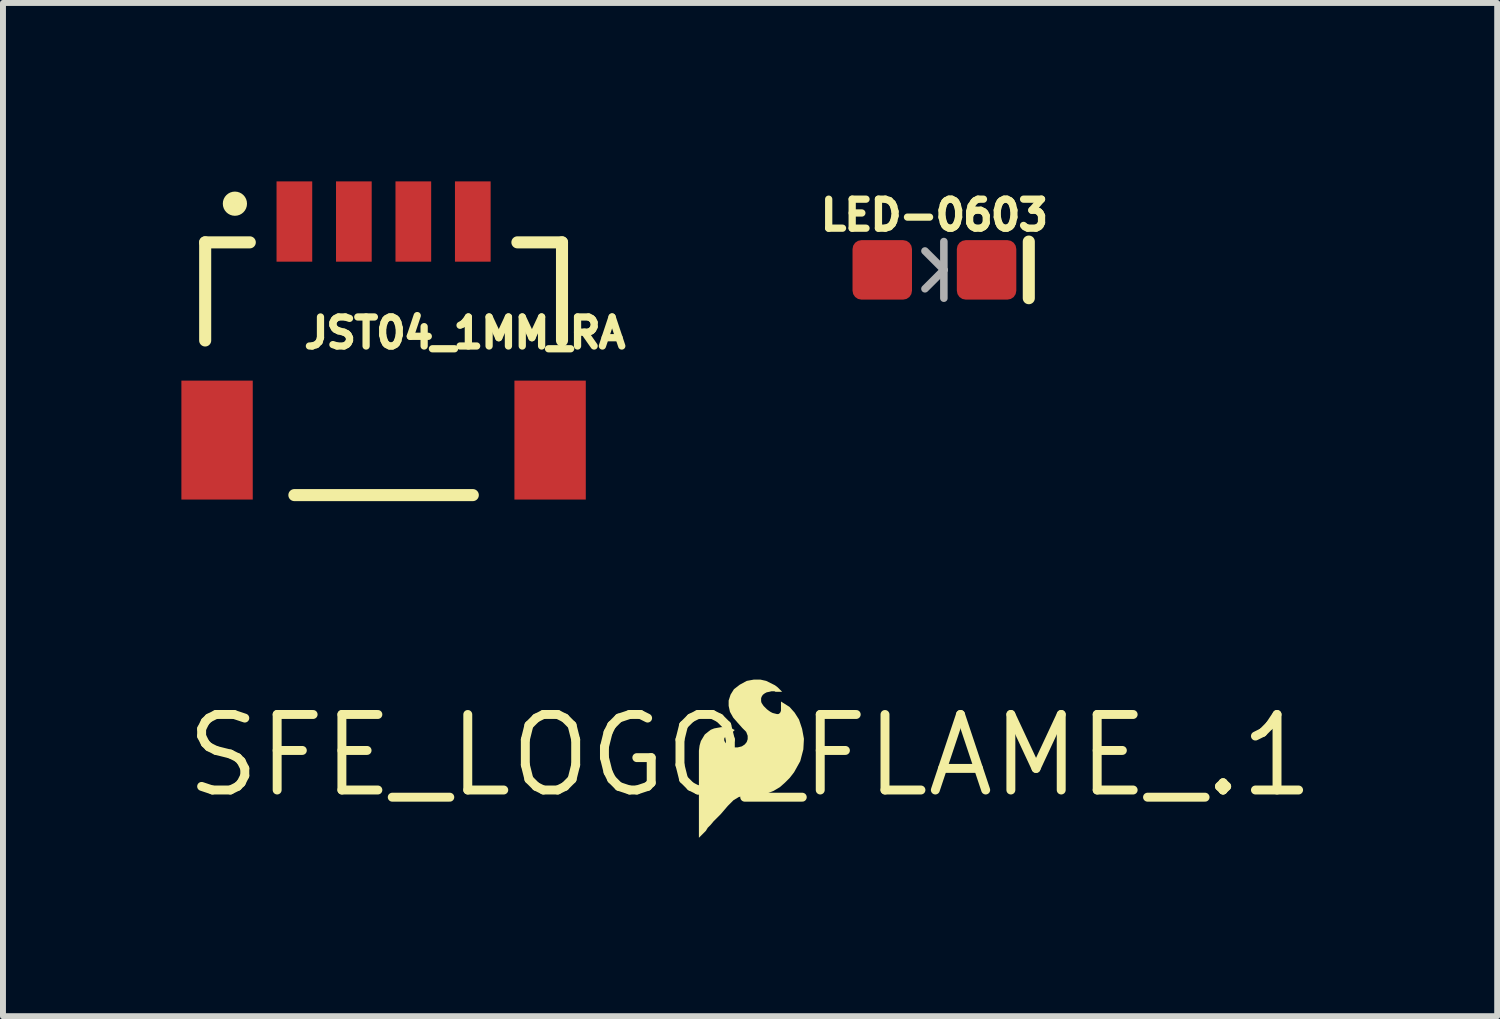
<source format=kicad_pcb>
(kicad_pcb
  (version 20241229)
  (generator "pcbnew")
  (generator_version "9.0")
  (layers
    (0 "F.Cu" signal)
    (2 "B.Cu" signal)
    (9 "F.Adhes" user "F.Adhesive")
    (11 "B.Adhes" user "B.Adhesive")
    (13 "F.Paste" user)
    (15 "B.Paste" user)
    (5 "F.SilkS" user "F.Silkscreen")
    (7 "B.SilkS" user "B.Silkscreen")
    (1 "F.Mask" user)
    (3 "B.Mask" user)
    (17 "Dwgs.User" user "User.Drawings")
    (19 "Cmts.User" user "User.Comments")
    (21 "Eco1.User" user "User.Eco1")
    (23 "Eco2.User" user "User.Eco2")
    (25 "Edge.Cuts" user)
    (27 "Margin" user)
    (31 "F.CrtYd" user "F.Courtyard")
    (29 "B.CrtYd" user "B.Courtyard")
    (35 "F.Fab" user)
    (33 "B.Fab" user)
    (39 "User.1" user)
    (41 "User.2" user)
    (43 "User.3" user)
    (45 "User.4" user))
  (footprint "LED-0603"
    (layer "F.Cu")
    (at 12.662 1.488)
    (property "Reference" "LED-0603" (at 0 -0.635 0) (layer "F.SilkS") (effects (font (size 0.488 0.488) (thickness 0.122)) (justify bottom)))
    (fp_line (start 1.587 -0.476) (end 1.587 0.476) (stroke (width 0.203) (type solid)) (layer "F.SilkS"))
    (fp_line (start 0.159 -0.476) (end 0.159 0) (stroke (width 0.127) (type solid)) (layer "F.Fab"))
    (fp_line (start 0.159 0) (end -0.159 -0.318) (stroke (width 0.127) (type solid)) (layer "F.Fab"))
    (fp_line (start 0.159 0) (end -0.159 0.318) (stroke (width 0.127) (type solid)) (layer "F.Fab"))
    (fp_line (start 0.159 0) (end 0.159 0.476) (stroke (width 0.127) (type solid)) (layer "F.Fab"))
    (pad "A" smd roundrect (at -0.877 0 270) (size 1 1) (layers "F.Cu" "F.Mask" "F.Paste") (roundrect_rratio 0.15))
    (pad "C" smd roundrect (at 0.877 0 270) (size 1 1) (layers "F.Cu" "F.Mask" "F.Paste") (roundrect_rratio 0.15)))
  (footprint "JST04_1MM_RA"
    (layer "F.Cu")
    (at 3.4 0.675)
    (property "Reference" "JST04_1MM_RA" (at -1.397 2.159 0) (layer "F.SilkS") (effects (font (size 0.488 0.488) (thickness 0.122)) (justify left bottom)))
    (fp_line (start -3 0.35) (end -2.25 0.35) (stroke (width 0.203) (type solid)) (layer "F.SilkS"))
    (fp_line (start -3 2) (end -3 0.35) (stroke (width 0.203) (type solid)) (layer "F.SilkS"))
    (fp_line (start -1.5 4.6) (end 1.5 4.6) (stroke (width 0.203) (type solid)) (layer "F.SilkS"))
    (fp_line (start 2.25 0.35) (end 3 0.35) (stroke (width 0.203) (type solid)) (layer "F.SilkS"))
    (fp_line (start 3 0.35) (end 3 2) (stroke (width 0.203) (type solid)) (layer "F.SilkS"))
    (fp_circle (center -2.5 -0.3) (end -2.398 -0.3) (stroke (width 0.203) (type solid)) (fill no) (layer "F.SilkS"))
    (pad "1" smd rect (at -1.5 0) (size 0.6 1.35) (layers "F.Cu" "F.Mask" "F.Paste"))
    (pad "2" smd rect (at -0.5 0) (size 0.6 1.35) (layers "F.Cu" "F.Mask" "F.Paste"))
    (pad "3" smd rect (at 0.5 0) (size 0.6 1.35) (layers "F.Cu" "F.Mask" "F.Paste"))
    (pad "4" smd rect (at 1.5 0) (size 0.6 1.35) (layers "F.Cu" "F.Mask" "F.Paste"))
    (pad "NC1" smd rect (at 2.8 3.675) (size 1.2 2) (layers "F.Cu" "F.Mask" "F.Paste"))
    (pad "NC2" smd rect (at -2.8 3.675) (size 1.2 2) (layers "F.Cu" "F.Mask" "F.Paste")))
  (footprint "SFE_LOGO_FLAME_.1"
    (layer "F.Cu")
    (at 9.563 9.654)
    (property "Reference" "SFE_LOGO_FLAME_.1" (at 0 0 0) (layer "F.SilkS") (effects (font (size 1.27 1.27) (thickness 0.15))))
    (fp_poly (pts (xy 0.27 -1.255) (xy 0.417 -1.182) (xy 0.462 -1.148) (xy 0.539 -1.071) (xy 0.428 -1.071) (xy 0.408 -1.081) (xy 0.362 -1.081) (xy 0.325 -1.072) (xy 0.279 -1.063) (xy 0.247 -1.046) (xy 0.215 -1.022) (xy 0.2 -1) (xy 0.192 -0.984) (xy 0.185 -0.963) (xy 0.185 -0.914) (xy 0.192 -0.885) (xy 0.227 -0.833) (xy 0.282 -0.778) (xy 0.319 -0.75) (xy 0.346 -0.732) (xy 0.38 -0.715) (xy 0.452 -0.697) (xy 0.471 -0.697) (xy 0.486 -0.702) (xy 0.506 -0.722) (xy 0.512 -0.734) (xy 0.519 -0.755) (xy 0.519 -0.908) (xy 0.662 -0.818) (xy 0.748 -0.722) (xy 0.822 -0.605) (xy 0.874 -0.449) (xy 0.905 -0.281) (xy 0.895 -0.103) (xy 0.843 0.095) (xy 0.739 0.282) (xy 0.666 0.376) (xy 0.583 0.459) (xy 0.5 0.532) (xy 0.394 0.595) (xy 0.289 0.637) (xy 0.175 0.668) (xy 0.05 0.689) (xy -0.14 0.689) (xy -0.19 0.697) (xy -0.279 0.751) (xy -0.375 0.847) (xy -0.495 0.987) (xy -0.615 1.107) (xy -0.665 1.167) (xy -0.713 1.215) (xy -0.743 1.265) (xy -0.861 1.383) (xy -0.861 -0.081) (xy -0.85 -0.167) (xy -0.828 -0.244) (xy -0.762 -0.354) (xy -0.706 -0.399) (xy -0.662 -0.433) (xy -0.604 -0.456) (xy -0.55 -0.466) (xy -0.486 -0.477) (xy -0.354 -0.477) (xy -0.259 -0.429) (xy -0.31 -0.378) (xy -0.358 -0.354) (xy -0.382 -0.346) (xy -0.43 -0.298) (xy -0.435 -0.283) (xy -0.435 -0.255) (xy -0.428 -0.236) (xy -0.413 -0.213) (xy -0.362 -0.161) (xy -0.322 -0.146) (xy -0.279 -0.137) (xy -0.208 -0.137) (xy -0.139 -0.154) (xy -0.089 -0.187) (xy -0.057 -0.227) (xy -0.041 -0.275) (xy -0.041 -0.332) (xy -0.066 -0.398) (xy -0.131 -0.463) (xy -0.212 -0.554) (xy -0.284 -0.637) (xy -0.339 -0.735) (xy -0.361 -0.835) (xy -0.361 -0.925) (xy -0.328 -1.025) (xy -0.272 -1.115) (xy -0.174 -1.191) (xy -0.056 -1.255) (xy 0.064 -1.277) (xy 0.171 -1.277)) (stroke (width 0) (type solid)) (fill yes) (layer "F.SilkS")))
  (gr_rect
    (start -3 -3)
    (end 22.125 14.037)
    (stroke (width 0.1) (type default))
    (fill no)
    (layer "Edge.Cuts")))
</source>
